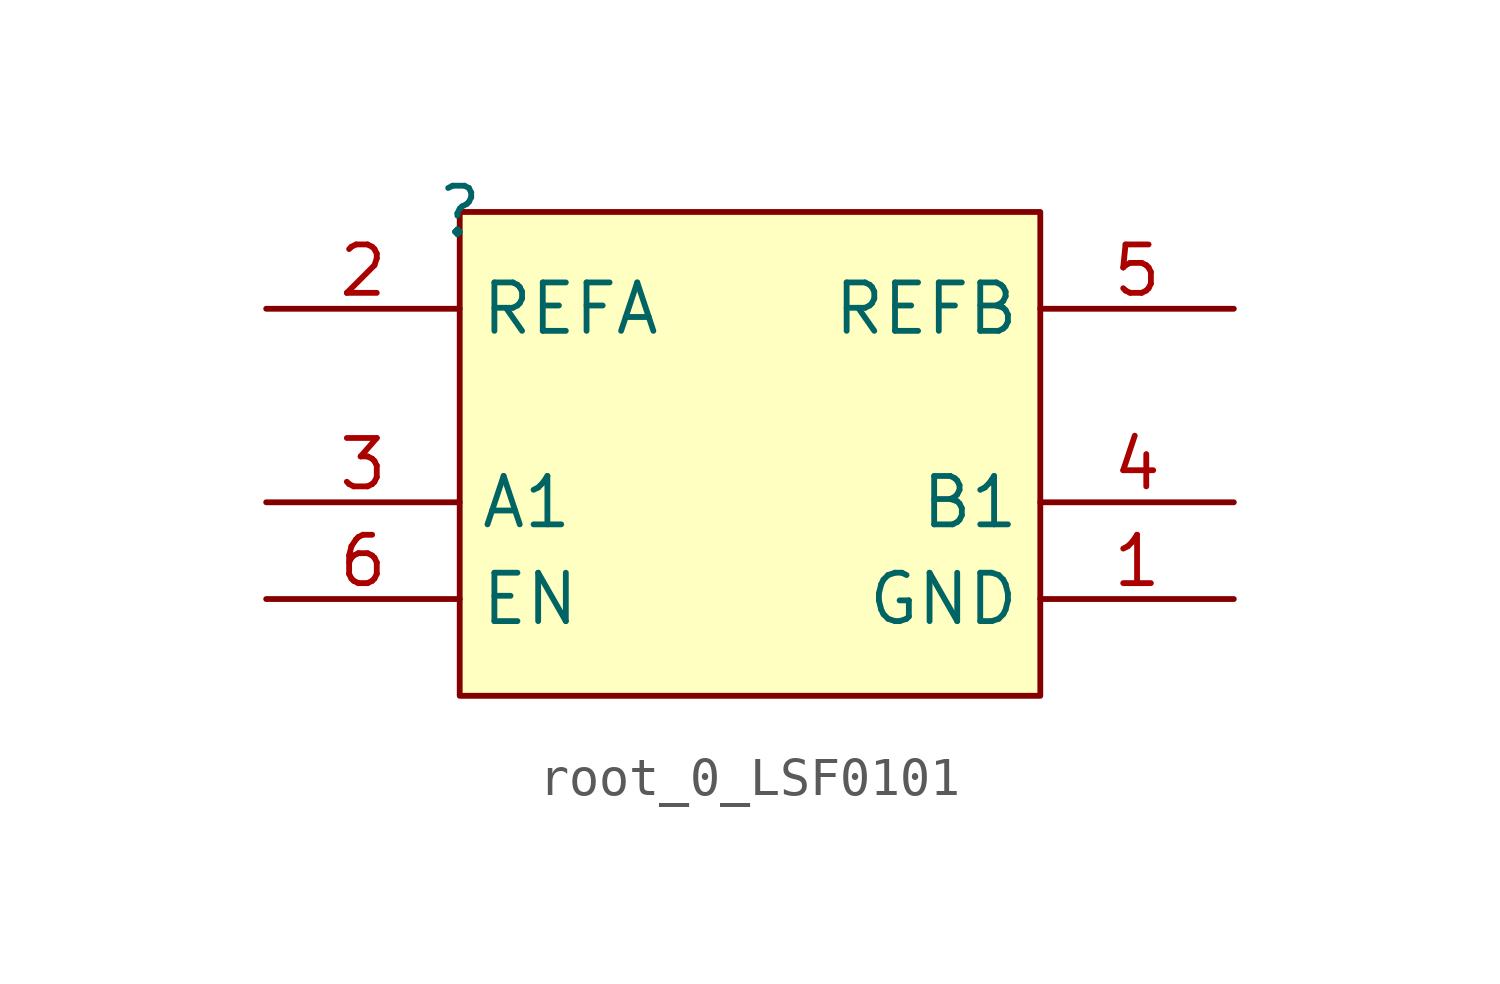
<source format=kicad_sym>
(kicad_symbol_lib
  (version 20220914)
  (generator kicad_symbol_editor)
  (symbol "root_0_LSF0101"
    (property "Reference" ""
      (at 0 0 0)
      (effects (font (size 1.27 1.27))))
    (property "Value" ""
      (at 0 0 0)
      (effects (font (size 1.27 1.27))))
    (symbol "root_0_LSF0101_1_0"
      (rectangle (start 15.24 0) (end 0 -12.7) (stroke (width 0) (type solid)) (fill (type background)))
      (pin power_in line (at 20.32 -10.16 180) (length 5.08) (name "GND" (effects (font (size 1.27 1.27)))) (number "1" (effects (font (size 1.27 1.27)))))
      (pin passive line (at -5.08 -2.54 0) (length 5.08) (name "REFA" (effects (font (size 1.27 1.27)))) (number "2" (effects (font (size 1.27 1.27)))))
      (pin passive line (at -5.08 -7.62 0) (length 5.08) (name "A1" (effects (font (size 1.27 1.27)))) (number "3" (effects (font (size 1.27 1.27)))))
      (pin passive line (at 20.32 -7.62 180) (length 5.08) (name "B1" (effects (font (size 1.27 1.27)))) (number "4" (effects (font (size 1.27 1.27)))))
      (pin passive line (at 20.32 -2.54 180) (length 5.08) (name "REFB" (effects (font (size 1.27 1.27)))) (number "5" (effects (font (size 1.27 1.27)))))
      (pin passive line (at -5.08 -10.16 0) (length 5.08) (name "EN" (effects (font (size 1.27 1.27)))) (number "6" (effects (font (size 1.27 1.27))))))))
</source>
